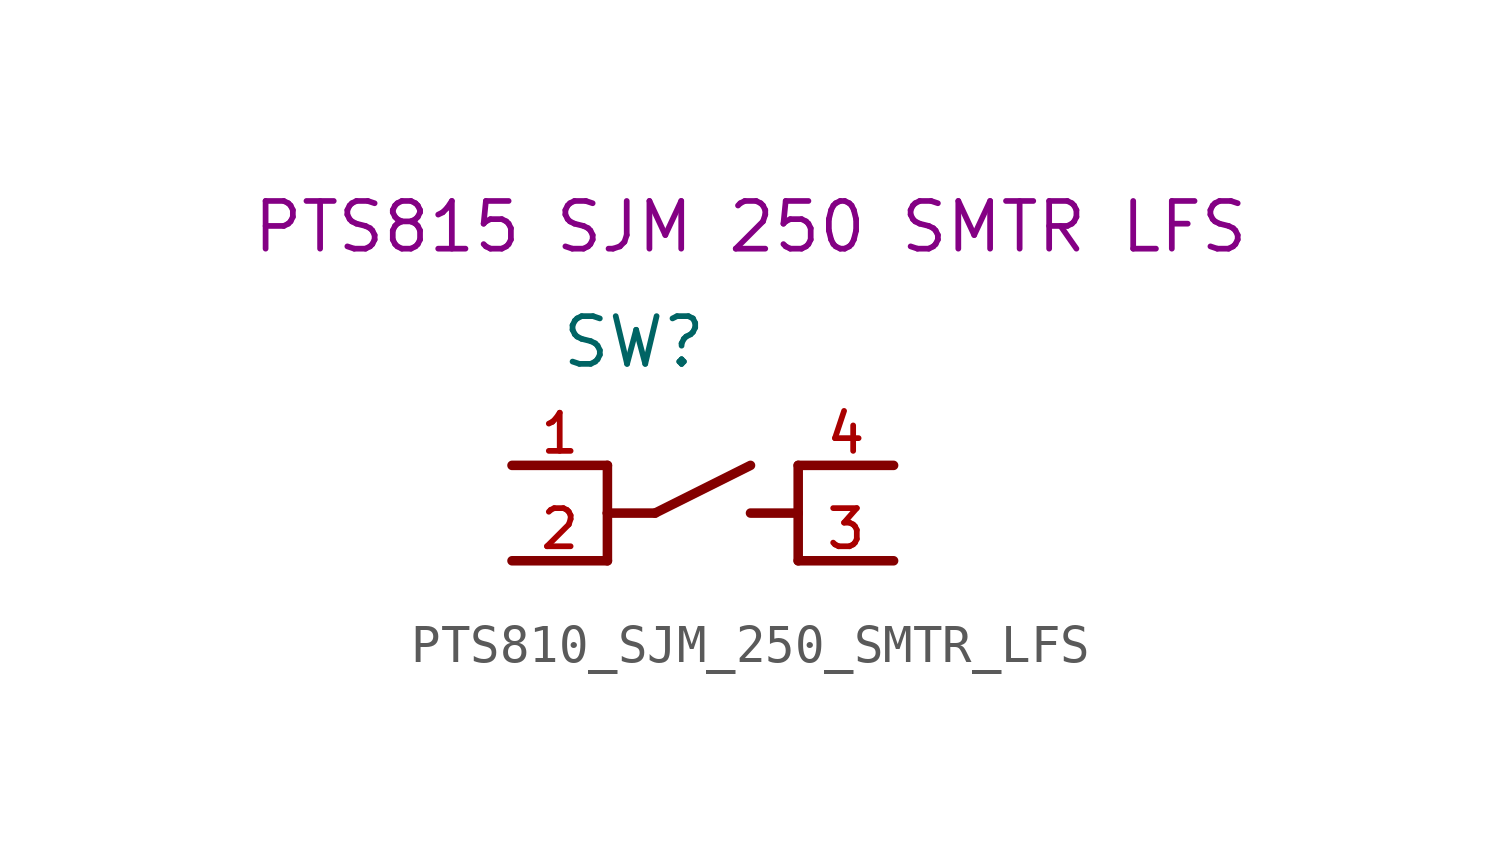
<source format=kicad_sym>
(kicad_symbol_lib
  (version 20241209)
  (generator "kicad_symbol_editor")
  (generator_version "9.0")
  (symbol "PTS810_SJM_250_SMTR_LFS"
    (pin_names
      (offset 1.016))
    (property "Reference" "SW"
      (at -3.81 2.54 0)
      (effects (font (size 1.27 1.27)) (justify left bottom)))
    (property "PartNumber" "PTS815 SJM 250 SMTR LFS"
      (at 1.27 6.35 0)
      (effects (font (size 1.27 1.27))))
    (symbol "PTS810_SJM_250_SMTR_LFS_0_0"
      (polyline (pts (xy -2.54 0) (xy -5.08 0)) (stroke (width 0.254) (type default)) (fill (type none)))
      (polyline (pts (xy -2.54 0) (xy -2.54 -1.27)) (stroke (width 0.254) (type default)) (fill (type none)))
      (polyline (pts (xy -2.54 -1.27) (xy -2.54 -2.54)) (stroke (width 0.254) (type default)) (fill (type none)))
      (polyline (pts (xy -2.54 -1.27) (xy -1.27 -1.27)) (stroke (width 0.254) (type default)) (fill (type none)))
      (polyline (pts (xy -2.54 -2.54) (xy -5.08 -2.54)) (stroke (width 0.254) (type default)) (fill (type none)))
      (polyline (pts (xy -1.27 -1.27) (xy 1.27 0)) (stroke (width 0.254) (type default)) (fill (type none)))
      (polyline (pts (xy 1.27 -1.27) (xy 2.54 -1.27)) (stroke (width 0.254) (type default)) (fill (type none)))
      (polyline (pts (xy 2.54 0) (xy 2.54 -1.27)) (stroke (width 0.254) (type default)) (fill (type none)))
      (polyline (pts (xy 2.54 0) (xy 5.08 0)) (stroke (width 0.254) (type default)) (fill (type none)))
      (polyline (pts (xy 2.54 -1.27) (xy 2.54 -2.54)) (stroke (width 0.254) (type default)) (fill (type none)))
      (polyline (pts (xy 2.54 -2.54) (xy 5.08 -2.54)) (stroke (width 0.254) (type default)) (fill (type none)))
      (pin passive line (at -5.08 0 0) (length 2.54) (name "~" (effects (font (size 1.016 1.016)))) (number "1" (effects (font (size 1.016 1.016)))))
      (pin passive line (at -5.08 -2.54 0) (length 2.54) (name "~" (effects (font (size 1.016 1.016)))) (number "2" (effects (font (size 1.016 1.016)))))
      (pin passive line (at 5.08 0 180) (length 2.54) (name "~" (effects (font (size 1.016 1.016)))) (number "4" (effects (font (size 1.016 1.016)))))
      (pin passive line (at 5.08 -2.54 180) (length 2.54) (name "~" (effects (font (size 1.016 1.016)))) (number "3" (effects (font (size 1.016 1.016))))))))
</source>
